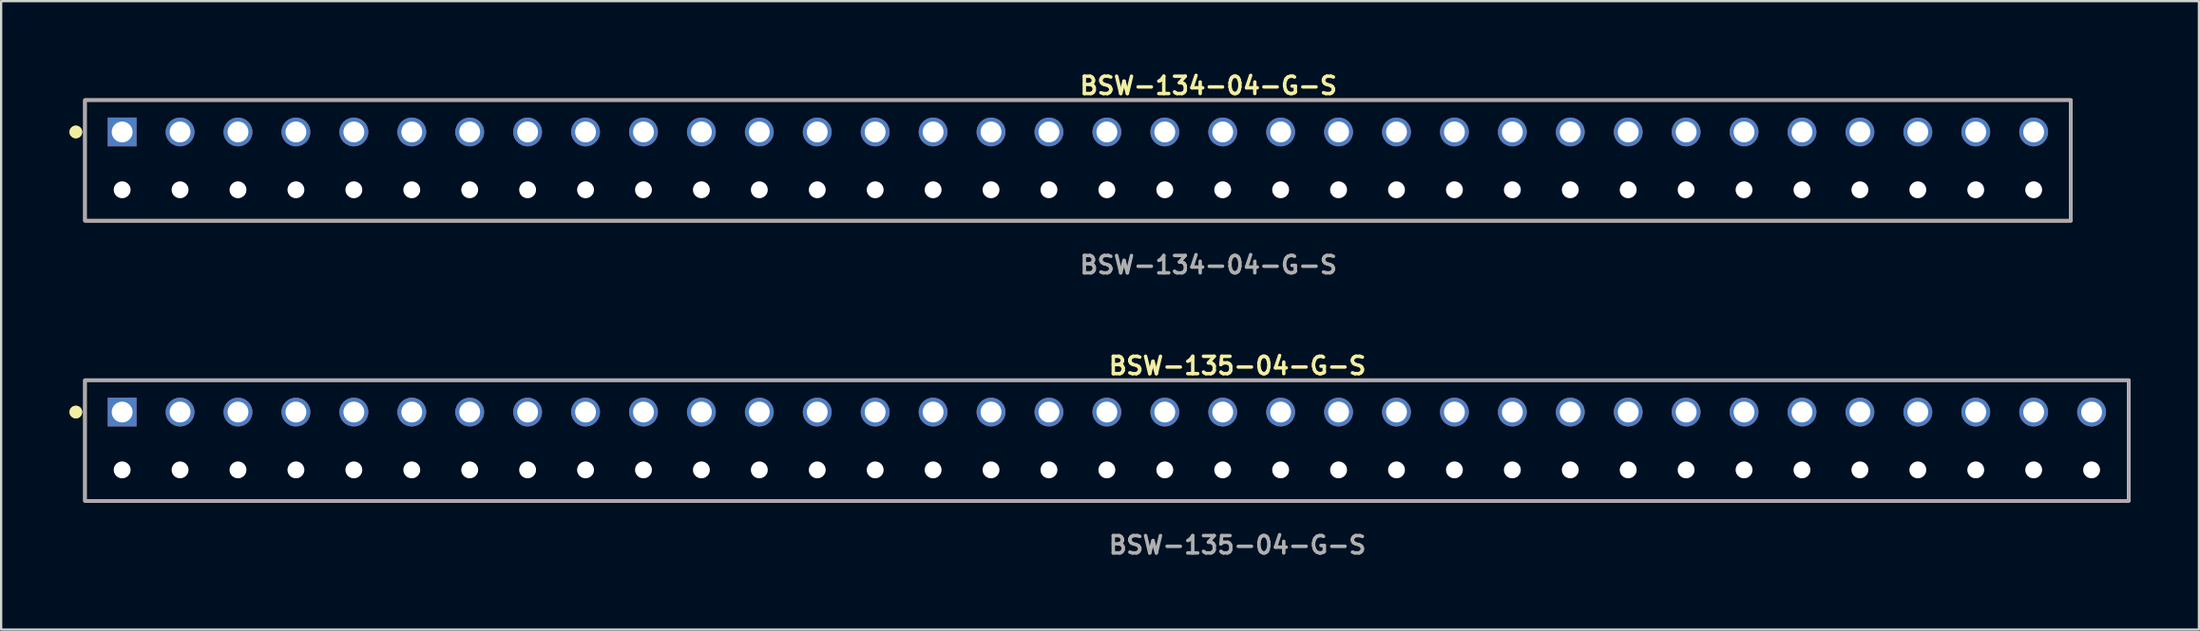
<source format=kicad_pcb>
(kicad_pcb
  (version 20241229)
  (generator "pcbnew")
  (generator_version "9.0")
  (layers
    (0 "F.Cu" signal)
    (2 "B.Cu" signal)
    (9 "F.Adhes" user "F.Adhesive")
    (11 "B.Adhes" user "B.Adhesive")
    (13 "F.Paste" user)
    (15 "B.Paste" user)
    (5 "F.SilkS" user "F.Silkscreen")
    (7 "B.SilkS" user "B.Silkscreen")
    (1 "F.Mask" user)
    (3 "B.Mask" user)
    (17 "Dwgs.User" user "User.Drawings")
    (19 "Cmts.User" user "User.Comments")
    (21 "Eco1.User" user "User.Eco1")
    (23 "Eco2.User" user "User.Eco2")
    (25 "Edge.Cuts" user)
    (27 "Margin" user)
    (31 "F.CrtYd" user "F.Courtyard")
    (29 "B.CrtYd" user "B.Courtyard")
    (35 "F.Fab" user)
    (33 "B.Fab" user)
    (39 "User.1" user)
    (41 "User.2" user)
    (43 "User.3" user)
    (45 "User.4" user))
  (footprint "BSW-134-04-G-S"
    (layer "F.Cu")
    (at 44.216 2.745)
    (property "Reference" "BSW-134-04-G-S" (at 0 -2.032 0) (unlocked yes) (layer "F.SilkS") (effects (font (size 0.762 0.762) (thickness 0.152)) (justify left)))
    (fp_rect (start -43.54 3.9) (end 43.54 -1.4) (stroke (width 0.152) (type solid)) (fill no) (layer "F.SilkS"))
    (fp_circle (center -43.94 0) (end -44.14 0) (stroke (width 0.152) (type solid)) (fill yes) (layer "F.SilkS"))
    (fp_circle (center -43.94 0) (end -44.14 0) (stroke (width 0.152) (type solid)) (fill yes) (layer "F.SilkS"))
    (fp_rect (start -43.54 3.9) (end 43.54 -1.4) (stroke (width 0.006) (type solid)) (fill no) (layer "F.CrtYd"))
    (fp_rect (start -43.54 3.9) (end 43.54 -1.4) (stroke (width 0.152) (type solid)) (fill no) (layer "F.Fab"))
    (fp_text user "${REFERENCE}" (at 0 5.842 0) (unlocked yes) (layer "F.Fab") (effects (font (size 0.762 0.762) (thickness 0.152)) (justify left)))
    (pad "" np_thru_hole circle (at -41.91 2.54) (size 0.74 0.74) (drill 0.74) (layers "*.Cu" "*.Mask"))
    (pad "" np_thru_hole circle (at -39.37 2.54) (size 0.74 0.74) (drill 0.74) (layers "*.Cu" "*.Mask"))
    (pad "" np_thru_hole circle (at -36.83 2.54) (size 0.74 0.74) (drill 0.74) (layers "*.Cu" "*.Mask"))
    (pad "" np_thru_hole circle (at -34.29 2.54) (size 0.74 0.74) (drill 0.74) (layers "*.Cu" "*.Mask"))
    (pad "" np_thru_hole circle (at -31.75 2.54) (size 0.74 0.74) (drill 0.74) (layers "*.Cu" "*.Mask"))
    (pad "" np_thru_hole circle (at -29.21 2.54) (size 0.74 0.74) (drill 0.74) (layers "*.Cu" "*.Mask"))
    (pad "" np_thru_hole circle (at -26.67 2.54) (size 0.74 0.74) (drill 0.74) (layers "*.Cu" "*.Mask"))
    (pad "" np_thru_hole circle (at -24.13 2.54) (size 0.74 0.74) (drill 0.74) (layers "*.Cu" "*.Mask"))
    (pad "" np_thru_hole circle (at -21.59 2.54) (size 0.74 0.74) (drill 0.74) (layers "*.Cu" "*.Mask"))
    (pad "" np_thru_hole circle (at -19.05 2.54) (size 0.74 0.74) (drill 0.74) (layers "*.Cu" "*.Mask"))
    (pad "" np_thru_hole circle (at -16.51 2.54) (size 0.74 0.74) (drill 0.74) (layers "*.Cu" "*.Mask"))
    (pad "" np_thru_hole circle (at -13.97 2.54) (size 0.74 0.74) (drill 0.74) (layers "*.Cu" "*.Mask"))
    (pad "" np_thru_hole circle (at -11.43 2.54) (size 0.74 0.74) (drill 0.74) (layers "*.Cu" "*.Mask"))
    (pad "" np_thru_hole circle (at -8.89 2.54) (size 0.74 0.74) (drill 0.74) (layers "*.Cu" "*.Mask"))
    (pad "" np_thru_hole circle (at -6.35 2.54) (size 0.74 0.74) (drill 0.74) (layers "*.Cu" "*.Mask"))
    (pad "" np_thru_hole circle (at -3.81 2.54) (size 0.74 0.74) (drill 0.74) (layers "*.Cu" "*.Mask"))
    (pad "" np_thru_hole circle (at -1.27 2.54) (size 0.74 0.74) (drill 0.74) (layers "*.Cu" "*.Mask"))
    (pad "" np_thru_hole circle (at 1.27 2.54) (size 0.74 0.74) (drill 0.74) (layers "*.Cu" "*.Mask"))
    (pad "" np_thru_hole circle (at 3.81 2.54) (size 0.74 0.74) (drill 0.74) (layers "*.Cu" "*.Mask"))
    (pad "" np_thru_hole circle (at 6.35 2.54) (size 0.74 0.74) (drill 0.74) (layers "*.Cu" "*.Mask"))
    (pad "" np_thru_hole circle (at 8.89 2.54) (size 0.74 0.74) (drill 0.74) (layers "*.Cu" "*.Mask"))
    (pad "" np_thru_hole circle (at 11.43 2.54) (size 0.74 0.74) (drill 0.74) (layers "*.Cu" "*.Mask"))
    (pad "" np_thru_hole circle (at 13.97 2.54) (size 0.74 0.74) (drill 0.74) (layers "*.Cu" "*.Mask"))
    (pad "" np_thru_hole circle (at 16.51 2.54) (size 0.74 0.74) (drill 0.74) (layers "*.Cu" "*.Mask"))
    (pad "" np_thru_hole circle (at 19.05 2.54) (size 0.74 0.74) (drill 0.74) (layers "*.Cu" "*.Mask"))
    (pad "" np_thru_hole circle (at 21.59 2.54) (size 0.74 0.74) (drill 0.74) (layers "*.Cu" "*.Mask"))
    (pad "" np_thru_hole circle (at 24.13 2.54) (size 0.74 0.74) (drill 0.74) (layers "*.Cu" "*.Mask"))
    (pad "" np_thru_hole circle (at 26.67 2.54) (size 0.74 0.74) (drill 0.74) (layers "*.Cu" "*.Mask"))
    (pad "" np_thru_hole circle (at 29.21 2.54) (size 0.74 0.74) (drill 0.74) (layers "*.Cu" "*.Mask"))
    (pad "" np_thru_hole circle (at 31.75 2.54) (size 0.74 0.74) (drill 0.74) (layers "*.Cu" "*.Mask"))
    (pad "" np_thru_hole circle (at 34.29 2.54) (size 0.74 0.74) (drill 0.74) (layers "*.Cu" "*.Mask"))
    (pad "" np_thru_hole circle (at 36.83 2.54) (size 0.74 0.74) (drill 0.74) (layers "*.Cu" "*.Mask"))
    (pad "" np_thru_hole circle (at 39.37 2.54) (size 0.74 0.74) (drill 0.74) (layers "*.Cu" "*.Mask"))
    (pad "" np_thru_hole circle (at 41.91 2.54) (size 0.74 0.74) (drill 0.74) (layers "*.Cu" "*.Mask"))
    (pad "1" thru_hole rect (at -41.91 0) (size 1.264 1.264) (drill 0.914) (layers "*.Cu" "*.Mask"))
    (pad "2" thru_hole circle (at -39.37 0) (size 1.264 1.264) (drill 0.914) (layers "*.Cu" "*.Mask"))
    (pad "3" thru_hole circle (at -36.83 0) (size 1.264 1.264) (drill 0.914) (layers "*.Cu" "*.Mask"))
    (pad "4" thru_hole circle (at -34.29 0) (size 1.264 1.264) (drill 0.914) (layers "*.Cu" "*.Mask"))
    (pad "5" thru_hole circle (at -31.75 0) (size 1.264 1.264) (drill 0.914) (layers "*.Cu" "*.Mask"))
    (pad "6" thru_hole circle (at -29.21 0) (size 1.264 1.264) (drill 0.914) (layers "*.Cu" "*.Mask"))
    (pad "7" thru_hole circle (at -26.67 0) (size 1.264 1.264) (drill 0.914) (layers "*.Cu" "*.Mask"))
    (pad "8" thru_hole circle (at -24.13 0) (size 1.264 1.264) (drill 0.914) (layers "*.Cu" "*.Mask"))
    (pad "9" thru_hole circle (at -21.59 0) (size 1.264 1.264) (drill 0.914) (layers "*.Cu" "*.Mask"))
    (pad "10" thru_hole circle (at -19.05 0) (size 1.264 1.264) (drill 0.914) (layers "*.Cu" "*.Mask"))
    (pad "11" thru_hole circle (at -16.51 0) (size 1.264 1.264) (drill 0.914) (layers "*.Cu" "*.Mask"))
    (pad "12" thru_hole circle (at -13.97 0) (size 1.264 1.264) (drill 0.914) (layers "*.Cu" "*.Mask"))
    (pad "13" thru_hole circle (at -11.43 0) (size 1.264 1.264) (drill 0.914) (layers "*.Cu" "*.Mask"))
    (pad "14" thru_hole circle (at -8.89 0) (size 1.264 1.264) (drill 0.914) (layers "*.Cu" "*.Mask"))
    (pad "15" thru_hole circle (at -6.35 0) (size 1.264 1.264) (drill 0.914) (layers "*.Cu" "*.Mask"))
    (pad "16" thru_hole circle (at -3.81 0) (size 1.264 1.264) (drill 0.914) (layers "*.Cu" "*.Mask"))
    (pad "17" thru_hole circle (at -1.27 0) (size 1.264 1.264) (drill 0.914) (layers "*.Cu" "*.Mask"))
    (pad "18" thru_hole circle (at 1.27 0) (size 1.264 1.264) (drill 0.914) (layers "*.Cu" "*.Mask"))
    (pad "19" thru_hole circle (at 3.81 0) (size 1.264 1.264) (drill 0.914) (layers "*.Cu" "*.Mask"))
    (pad "20" thru_hole circle (at 6.35 0) (size 1.264 1.264) (drill 0.914) (layers "*.Cu" "*.Mask"))
    (pad "21" thru_hole circle (at 8.89 0) (size 1.264 1.264) (drill 0.914) (layers "*.Cu" "*.Mask"))
    (pad "22" thru_hole circle (at 11.43 0) (size 1.264 1.264) (drill 0.914) (layers "*.Cu" "*.Mask"))
    (pad "23" thru_hole circle (at 13.97 0) (size 1.264 1.264) (drill 0.914) (layers "*.Cu" "*.Mask"))
    (pad "24" thru_hole circle (at 16.51 0) (size 1.264 1.264) (drill 0.914) (layers "*.Cu" "*.Mask"))
    (pad "25" thru_hole circle (at 19.05 0) (size 1.264 1.264) (drill 0.914) (layers "*.Cu" "*.Mask"))
    (pad "26" thru_hole circle (at 21.59 0) (size 1.264 1.264) (drill 0.914) (layers "*.Cu" "*.Mask"))
    (pad "27" thru_hole circle (at 24.13 0) (size 1.264 1.264) (drill 0.914) (layers "*.Cu" "*.Mask"))
    (pad "28" thru_hole circle (at 26.67 0) (size 1.264 1.264) (drill 0.914) (layers "*.Cu" "*.Mask"))
    (pad "29" thru_hole circle (at 29.21 0) (size 1.264 1.264) (drill 0.914) (layers "*.Cu" "*.Mask"))
    (pad "30" thru_hole circle (at 31.75 0) (size 1.264 1.264) (drill 0.914) (layers "*.Cu" "*.Mask"))
    (pad "31" thru_hole circle (at 34.29 0) (size 1.264 1.264) (drill 0.914) (layers "*.Cu" "*.Mask"))
    (pad "32" thru_hole circle (at 36.83 0) (size 1.264 1.264) (drill 0.914) (layers "*.Cu" "*.Mask"))
    (pad "33" thru_hole circle (at 39.37 0) (size 1.264 1.264) (drill 0.914) (layers "*.Cu" "*.Mask"))
    (pad "34" thru_hole circle (at 41.91 0) (size 1.264 1.264) (drill 0.914) (layers "*.Cu" "*.Mask")))
  (footprint "BSW-135-04-G-S"
    (layer "F.Cu")
    (at 45.486 15.046)
    (property "Reference" "BSW-135-04-G-S" (at 0 -2.032 0) (unlocked yes) (layer "F.SilkS") (effects (font (size 0.762 0.762) (thickness 0.152)) (justify left)))
    (fp_rect (start -44.81 3.9) (end 44.81 -1.4) (stroke (width 0.152) (type solid)) (fill no) (layer "F.SilkS"))
    (fp_circle (center -45.21 0) (end -45.41 0) (stroke (width 0.152) (type solid)) (fill yes) (layer "F.SilkS"))
    (fp_circle (center -45.21 0) (end -45.41 0) (stroke (width 0.152) (type solid)) (fill yes) (layer "F.SilkS"))
    (fp_rect (start -44.81 3.9) (end 44.81 -1.4) (stroke (width 0.006) (type solid)) (fill no) (layer "F.CrtYd"))
    (fp_rect (start -44.81 3.9) (end 44.81 -1.4) (stroke (width 0.152) (type solid)) (fill no) (layer "F.Fab"))
    (fp_text user "${REFERENCE}" (at 0 5.842 0) (unlocked yes) (layer "F.Fab") (effects (font (size 0.762 0.762) (thickness 0.152)) (justify left)))
    (pad "" np_thru_hole circle (at -43.18 2.54) (size 0.74 0.74) (drill 0.74) (layers "*.Cu" "*.Mask"))
    (pad "" np_thru_hole circle (at -40.64 2.54) (size 0.74 0.74) (drill 0.74) (layers "*.Cu" "*.Mask"))
    (pad "" np_thru_hole circle (at -38.1 2.54) (size 0.74 0.74) (drill 0.74) (layers "*.Cu" "*.Mask"))
    (pad "" np_thru_hole circle (at -35.56 2.54) (size 0.74 0.74) (drill 0.74) (layers "*.Cu" "*.Mask"))
    (pad "" np_thru_hole circle (at -33.02 2.54) (size 0.74 0.74) (drill 0.74) (layers "*.Cu" "*.Mask"))
    (pad "" np_thru_hole circle (at -30.48 2.54) (size 0.74 0.74) (drill 0.74) (layers "*.Cu" "*.Mask"))
    (pad "" np_thru_hole circle (at -27.94 2.54) (size 0.74 0.74) (drill 0.74) (layers "*.Cu" "*.Mask"))
    (pad "" np_thru_hole circle (at -25.4 2.54) (size 0.74 0.74) (drill 0.74) (layers "*.Cu" "*.Mask"))
    (pad "" np_thru_hole circle (at -22.86 2.54) (size 0.74 0.74) (drill 0.74) (layers "*.Cu" "*.Mask"))
    (pad "" np_thru_hole circle (at -20.32 2.54) (size 0.74 0.74) (drill 0.74) (layers "*.Cu" "*.Mask"))
    (pad "" np_thru_hole circle (at -17.78 2.54) (size 0.74 0.74) (drill 0.74) (layers "*.Cu" "*.Mask"))
    (pad "" np_thru_hole circle (at -15.24 2.54) (size 0.74 0.74) (drill 0.74) (layers "*.Cu" "*.Mask"))
    (pad "" np_thru_hole circle (at -12.7 2.54) (size 0.74 0.74) (drill 0.74) (layers "*.Cu" "*.Mask"))
    (pad "" np_thru_hole circle (at -10.16 2.54) (size 0.74 0.74) (drill 0.74) (layers "*.Cu" "*.Mask"))
    (pad "" np_thru_hole circle (at -7.62 2.54) (size 0.74 0.74) (drill 0.74) (layers "*.Cu" "*.Mask"))
    (pad "" np_thru_hole circle (at -5.08 2.54) (size 0.74 0.74) (drill 0.74) (layers "*.Cu" "*.Mask"))
    (pad "" np_thru_hole circle (at -2.54 2.54) (size 0.74 0.74) (drill 0.74) (layers "*.Cu" "*.Mask"))
    (pad "" np_thru_hole circle (at 0 2.54) (size 0.74 0.74) (drill 0.74) (layers "*.Cu" "*.Mask"))
    (pad "" np_thru_hole circle (at 2.54 2.54) (size 0.74 0.74) (drill 0.74) (layers "*.Cu" "*.Mask"))
    (pad "" np_thru_hole circle (at 5.08 2.54) (size 0.74 0.74) (drill 0.74) (layers "*.Cu" "*.Mask"))
    (pad "" np_thru_hole circle (at 7.62 2.54) (size 0.74 0.74) (drill 0.74) (layers "*.Cu" "*.Mask"))
    (pad "" np_thru_hole circle (at 10.16 2.54) (size 0.74 0.74) (drill 0.74) (layers "*.Cu" "*.Mask"))
    (pad "" np_thru_hole circle (at 12.7 2.54) (size 0.74 0.74) (drill 0.74) (layers "*.Cu" "*.Mask"))
    (pad "" np_thru_hole circle (at 15.24 2.54) (size 0.74 0.74) (drill 0.74) (layers "*.Cu" "*.Mask"))
    (pad "" np_thru_hole circle (at 17.78 2.54) (size 0.74 0.74) (drill 0.74) (layers "*.Cu" "*.Mask"))
    (pad "" np_thru_hole circle (at 20.32 2.54) (size 0.74 0.74) (drill 0.74) (layers "*.Cu" "*.Mask"))
    (pad "" np_thru_hole circle (at 22.86 2.54) (size 0.74 0.74) (drill 0.74) (layers "*.Cu" "*.Mask"))
    (pad "" np_thru_hole circle (at 25.4 2.54) (size 0.74 0.74) (drill 0.74) (layers "*.Cu" "*.Mask"))
    (pad "" np_thru_hole circle (at 27.94 2.54) (size 0.74 0.74) (drill 0.74) (layers "*.Cu" "*.Mask"))
    (pad "" np_thru_hole circle (at 30.48 2.54) (size 0.74 0.74) (drill 0.74) (layers "*.Cu" "*.Mask"))
    (pad "" np_thru_hole circle (at 33.02 2.54) (size 0.74 0.74) (drill 0.74) (layers "*.Cu" "*.Mask"))
    (pad "" np_thru_hole circle (at 35.56 2.54) (size 0.74 0.74) (drill 0.74) (layers "*.Cu" "*.Mask"))
    (pad "" np_thru_hole circle (at 38.1 2.54) (size 0.74 0.74) (drill 0.74) (layers "*.Cu" "*.Mask"))
    (pad "" np_thru_hole circle (at 40.64 2.54) (size 0.74 0.74) (drill 0.74) (layers "*.Cu" "*.Mask"))
    (pad "" np_thru_hole circle (at 43.18 2.54) (size 0.74 0.74) (drill 0.74) (layers "*.Cu" "*.Mask"))
    (pad "1" thru_hole rect (at -43.18 0) (size 1.264 1.264) (drill 0.914) (layers "*.Cu" "*.Mask"))
    (pad "2" thru_hole circle (at -40.64 0) (size 1.264 1.264) (drill 0.914) (layers "*.Cu" "*.Mask"))
    (pad "3" thru_hole circle (at -38.1 0) (size 1.264 1.264) (drill 0.914) (layers "*.Cu" "*.Mask"))
    (pad "4" thru_hole circle (at -35.56 0) (size 1.264 1.264) (drill 0.914) (layers "*.Cu" "*.Mask"))
    (pad "5" thru_hole circle (at -33.02 0) (size 1.264 1.264) (drill 0.914) (layers "*.Cu" "*.Mask"))
    (pad "6" thru_hole circle (at -30.48 0) (size 1.264 1.264) (drill 0.914) (layers "*.Cu" "*.Mask"))
    (pad "7" thru_hole circle (at -27.94 0) (size 1.264 1.264) (drill 0.914) (layers "*.Cu" "*.Mask"))
    (pad "8" thru_hole circle (at -25.4 0) (size 1.264 1.264) (drill 0.914) (layers "*.Cu" "*.Mask"))
    (pad "9" thru_hole circle (at -22.86 0) (size 1.264 1.264) (drill 0.914) (layers "*.Cu" "*.Mask"))
    (pad "10" thru_hole circle (at -20.32 0) (size 1.264 1.264) (drill 0.914) (layers "*.Cu" "*.Mask"))
    (pad "11" thru_hole circle (at -17.78 0) (size 1.264 1.264) (drill 0.914) (layers "*.Cu" "*.Mask"))
    (pad "12" thru_hole circle (at -15.24 0) (size 1.264 1.264) (drill 0.914) (layers "*.Cu" "*.Mask"))
    (pad "13" thru_hole circle (at -12.7 0) (size 1.264 1.264) (drill 0.914) (layers "*.Cu" "*.Mask"))
    (pad "14" thru_hole circle (at -10.16 0) (size 1.264 1.264) (drill 0.914) (layers "*.Cu" "*.Mask"))
    (pad "15" thru_hole circle (at -7.62 0) (size 1.264 1.264) (drill 0.914) (layers "*.Cu" "*.Mask"))
    (pad "16" thru_hole circle (at -5.08 0) (size 1.264 1.264) (drill 0.914) (layers "*.Cu" "*.Mask"))
    (pad "17" thru_hole circle (at -2.54 0) (size 1.264 1.264) (drill 0.914) (layers "*.Cu" "*.Mask"))
    (pad "18" thru_hole circle (at 0 0) (size 1.264 1.264) (drill 0.914) (layers "*.Cu" "*.Mask"))
    (pad "19" thru_hole circle (at 2.54 0) (size 1.264 1.264) (drill 0.914) (layers "*.Cu" "*.Mask"))
    (pad "20" thru_hole circle (at 5.08 0) (size 1.264 1.264) (drill 0.914) (layers "*.Cu" "*.Mask"))
    (pad "21" thru_hole circle (at 7.62 0) (size 1.264 1.264) (drill 0.914) (layers "*.Cu" "*.Mask"))
    (pad "22" thru_hole circle (at 10.16 0) (size 1.264 1.264) (drill 0.914) (layers "*.Cu" "*.Mask"))
    (pad "23" thru_hole circle (at 12.7 0) (size 1.264 1.264) (drill 0.914) (layers "*.Cu" "*.Mask"))
    (pad "24" thru_hole circle (at 15.24 0) (size 1.264 1.264) (drill 0.914) (layers "*.Cu" "*.Mask"))
    (pad "25" thru_hole circle (at 17.78 0) (size 1.264 1.264) (drill 0.914) (layers "*.Cu" "*.Mask"))
    (pad "26" thru_hole circle (at 20.32 0) (size 1.264 1.264) (drill 0.914) (layers "*.Cu" "*.Mask"))
    (pad "27" thru_hole circle (at 22.86 0) (size 1.264 1.264) (drill 0.914) (layers "*.Cu" "*.Mask"))
    (pad "28" thru_hole circle (at 25.4 0) (size 1.264 1.264) (drill 0.914) (layers "*.Cu" "*.Mask"))
    (pad "29" thru_hole circle (at 27.94 0) (size 1.264 1.264) (drill 0.914) (layers "*.Cu" "*.Mask"))
    (pad "30" thru_hole circle (at 30.48 0) (size 1.264 1.264) (drill 0.914) (layers "*.Cu" "*.Mask"))
    (pad "31" thru_hole circle (at 33.02 0) (size 1.264 1.264) (drill 0.914) (layers "*.Cu" "*.Mask"))
    (pad "32" thru_hole circle (at 35.56 0) (size 1.264 1.264) (drill 0.914) (layers "*.Cu" "*.Mask"))
    (pad "33" thru_hole circle (at 38.1 0) (size 1.264 1.264) (drill 0.914) (layers "*.Cu" "*.Mask"))
    (pad "34" thru_hole circle (at 40.64 0) (size 1.264 1.264) (drill 0.914) (layers "*.Cu" "*.Mask"))
    (pad "35" thru_hole circle (at 43.18 0) (size 1.264 1.264) (drill 0.914) (layers "*.Cu" "*.Mask")))
  (gr_rect
    (start -3 -3)
    (end 93.372 24.601)
    (stroke (width 0.1) (type default))
    (fill no)
    (layer "Edge.Cuts")))
</source>
